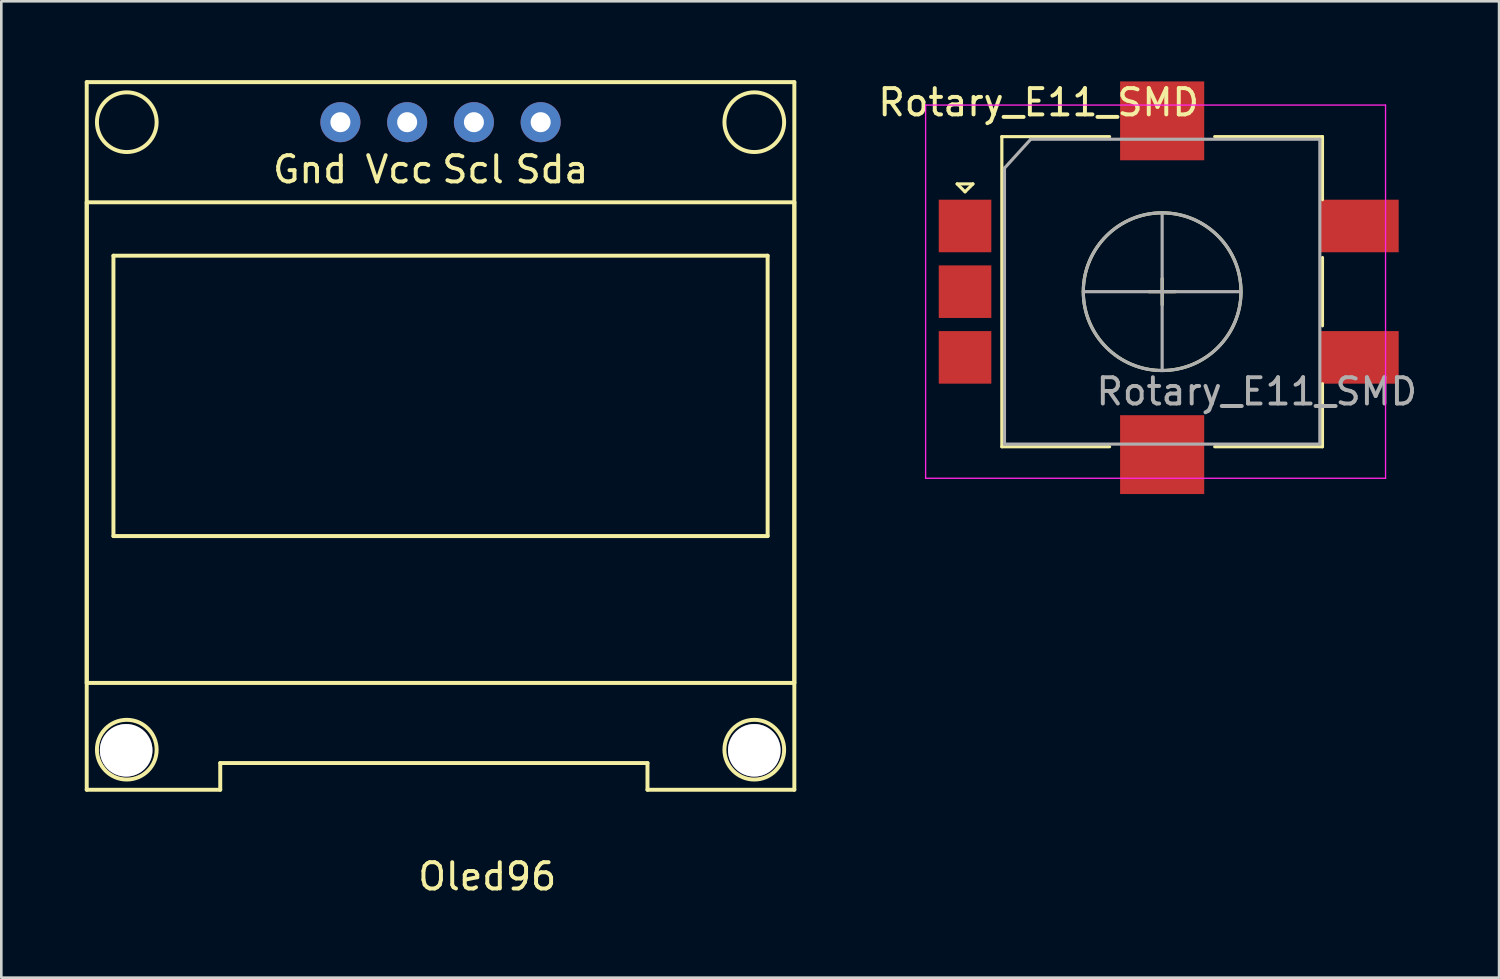
<source format=kicad_pcb>
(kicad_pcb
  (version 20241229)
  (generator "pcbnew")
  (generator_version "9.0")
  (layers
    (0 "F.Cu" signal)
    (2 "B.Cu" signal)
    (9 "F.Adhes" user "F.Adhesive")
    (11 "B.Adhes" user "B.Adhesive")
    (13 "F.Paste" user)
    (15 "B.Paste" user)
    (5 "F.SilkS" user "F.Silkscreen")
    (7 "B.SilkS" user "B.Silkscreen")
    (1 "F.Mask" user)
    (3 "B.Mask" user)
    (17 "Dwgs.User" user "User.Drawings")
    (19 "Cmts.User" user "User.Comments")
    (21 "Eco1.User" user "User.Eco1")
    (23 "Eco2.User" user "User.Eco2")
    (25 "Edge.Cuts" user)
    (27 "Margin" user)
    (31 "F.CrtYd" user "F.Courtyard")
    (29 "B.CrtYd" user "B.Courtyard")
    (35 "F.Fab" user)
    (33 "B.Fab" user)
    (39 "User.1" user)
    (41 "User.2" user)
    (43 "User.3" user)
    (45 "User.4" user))
  (footprint "Oled96"
    (layer "F.Cu")
    (at 0.25 26.999)
    (property "Reference" "Oled96" (at 15.24 3.302 0) (layer "F.SilkS") (effects (font (size 1 1) (thickness 0.15))))
    (attr through_hole)
    (fp_line (start 0 -26.924) (end 26.924 -26.924) (stroke (width 0.15) (type solid)) (layer "F.SilkS"))
    (fp_line (start 0 -22.352) (end 26.924 -22.352) (stroke (width 0.15) (type solid)) (layer "F.SilkS"))
    (fp_line (start 0 -4.064) (end 0 -22.352) (stroke (width 0.15) (type solid)) (layer "F.SilkS"))
    (fp_line (start 0 0) (end 0 -26.924) (stroke (width 0.15) (type solid)) (layer "F.SilkS"))
    (fp_line (start 0 0) (end 5.08 0) (stroke (width 0.15) (type solid)) (layer "F.SilkS"))
    (fp_line (start 1.016 -20.32) (end 25.908 -20.32) (stroke (width 0.15) (type solid)) (layer "F.SilkS"))
    (fp_line (start 1.016 -9.652) (end 1.016 -20.32) (stroke (width 0.15) (type solid)) (layer "F.SilkS"))
    (fp_line (start 5.08 -1.016) (end 21.336 -1.016) (stroke (width 0.15) (type solid)) (layer "F.SilkS"))
    (fp_line (start 5.08 0) (end 5.08 -1.016) (stroke (width 0.15) (type solid)) (layer "F.SilkS"))
    (fp_line (start 21.336 -1.016) (end 21.336 0) (stroke (width 0.15) (type solid)) (layer "F.SilkS"))
    (fp_line (start 21.336 0) (end 26.924 0) (stroke (width 0.15) (type solid)) (layer "F.SilkS"))
    (fp_line (start 25.908 -20.32) (end 25.908 -9.652) (stroke (width 0.15) (type solid)) (layer "F.SilkS"))
    (fp_line (start 25.908 -9.652) (end 1.016 -9.652) (stroke (width 0.15) (type solid)) (layer "F.SilkS"))
    (fp_line (start 26.924 -26.924) (end 26.924 0) (stroke (width 0.15) (type solid)) (layer "F.SilkS"))
    (fp_line (start 26.924 -22.352) (end 26.924 -4.064) (stroke (width 0.15) (type solid)) (layer "F.SilkS"))
    (fp_line (start 26.924 -4.064) (end 0 -4.064) (stroke (width 0.15) (type solid)) (layer "F.SilkS"))
    (fp_circle (center 1.524 -25.4) (end 2.54 -25.908) (stroke (width 0.15) (type solid)) (fill no) (layer "F.SilkS"))
    (fp_circle (center 1.524 -1.524) (end 2.54 -2.032) (stroke (width 0.15) (type solid)) (fill no) (layer "F.SilkS"))
    (fp_circle (center 25.4 -25.4) (end 26.416 -25.908) (stroke (width 0.15) (type solid)) (fill no) (layer "F.SilkS"))
    (fp_circle (center 25.4 -1.524) (end 25.908 -2.54) (stroke (width 0.15) (type solid)) (fill no) (layer "F.SilkS"))
    (fp_text user "Scl" (at 14.7 -23.6 0) (layer "F.SilkS") (effects (font (size 1 1) (thickness 0.15))))
    (fp_text user "Sda" (at 17.7 -23.6 0) (layer "F.SilkS") (effects (font (size 1 1) (thickness 0.15))))
    (fp_text user "Gnd" (at 8.5 -23.6 0) (layer "F.SilkS") (effects (font (size 1 1) (thickness 0.15))))
    (fp_text user "Vcc" (at 11.9 -23.6 0) (layer "F.SilkS") (effects (font (size 1 1) (thickness 0.15))))
    (pad "" thru_hole circle (at 1.5 -1.5) (size 2 2) (drill 2) (layers "*.Cu" "*.Mask"))
    (pad "" thru_hole circle (at 25.4 -1.5) (size 2 2) (drill 2) (layers "*.Cu" "*.Mask"))
    (pad "1" thru_hole circle (at 17.272 -25.4) (size 1.524 1.524) (drill 0.762) (layers "*.Cu" "*.Mask"))
    (pad "2" thru_hole circle (at 14.732 -25.4) (size 1.524 1.524) (drill 0.762) (layers "*.Cu" "*.Mask"))
    (pad "3" thru_hole circle (at 12.192 -25.4) (size 1.524 1.524) (drill 0.762) (layers "*.Cu" "*.Mask"))
    (pad "4" thru_hole circle (at 9.652 -25.4) (size 1.524 1.524) (drill 0.762) (layers "*.Cu" "*.Mask")))
  (footprint "Rotary_E11_SMD"
    (layer "F.Cu")
    (at 33.669 5.548)
    (property "Reference" "Rotary_E11_SMD" (at 2.8 -4.7 0) (layer "F.SilkS") (effects (font (size 1 1) (thickness 0.15))))
    (attr through_hole)
    (fp_line (start -0.3 -1.6) (end 0.3 -1.6) (stroke (width 0.12) (type solid)) (layer "F.SilkS"))
    (fp_line (start 0 -1.3) (end -0.3 -1.6) (stroke (width 0.12) (type solid)) (layer "F.SilkS"))
    (fp_line (start 0.3 -1.6) (end 0 -1.3) (stroke (width 0.12) (type solid)) (layer "F.SilkS"))
    (fp_line (start 1.4 -3.4) (end 1.4 8.4) (stroke (width 0.12) (type solid)) (layer "F.SilkS"))
    (fp_line (start 5.5 -3.4) (end 1.4 -3.4) (stroke (width 0.12) (type solid)) (layer "F.SilkS"))
    (fp_line (start 5.5 8.4) (end 1.4 8.4) (stroke (width 0.12) (type solid)) (layer "F.SilkS"))
    (fp_line (start 7 2.5) (end 8 2.5) (stroke (width 0.12) (type solid)) (layer "F.SilkS"))
    (fp_line (start 7.5 2) (end 7.5 3) (stroke (width 0.12) (type solid)) (layer "F.SilkS"))
    (fp_line (start 9.5 -3.4) (end 13.6 -3.4) (stroke (width 0.12) (type solid)) (layer "F.SilkS"))
    (fp_line (start 13.6 -3.4) (end 13.6 -1) (stroke (width 0.12) (type solid)) (layer "F.SilkS"))
    (fp_line (start 13.6 1.2) (end 13.6 3.8) (stroke (width 0.12) (type solid)) (layer "F.SilkS"))
    (fp_line (start 13.6 6) (end 13.6 8.4) (stroke (width 0.12) (type solid)) (layer "F.SilkS"))
    (fp_line (start 13.6 8.4) (end 9.5 8.4) (stroke (width 0.12) (type solid)) (layer "F.SilkS"))
    (fp_circle (center 7.5 2.5) (end 10.5 2.5) (stroke (width 0.12) (type solid)) (fill no) (layer "F.SilkS"))
    (fp_line (start -1.5 -4.6) (end -1.5 9.6) (stroke (width 0.05) (type solid)) (layer "F.CrtYd"))
    (fp_line (start -1.5 -4.6) (end 16 -4.6) (stroke (width 0.05) (type solid)) (layer "F.CrtYd"))
    (fp_line (start 16 9.6) (end -1.5 9.6) (stroke (width 0.05) (type solid)) (layer "F.CrtYd"))
    (fp_line (start 16 9.6) (end 16 -4.6) (stroke (width 0.05) (type solid)) (layer "F.CrtYd"))
    (fp_line (start 1.5 -2.2) (end 2.5 -3.3) (stroke (width 0.12) (type solid)) (layer "F.Fab"))
    (fp_line (start 1.5 8.3) (end 1.5 -2.2) (stroke (width 0.12) (type solid)) (layer "F.Fab"))
    (fp_line (start 2.5 -3.3) (end 13.5 -3.3) (stroke (width 0.12) (type solid)) (layer "F.Fab"))
    (fp_line (start 4.5 2.5) (end 10.5 2.5) (stroke (width 0.12) (type solid)) (layer "F.Fab"))
    (fp_line (start 7.5 -0.5) (end 7.5 5.5) (stroke (width 0.12) (type solid)) (layer "F.Fab"))
    (fp_line (start 13.5 -3.3) (end 13.5 8.3) (stroke (width 0.12) (type solid)) (layer "F.Fab"))
    (fp_line (start 13.5 8.3) (end 1.5 8.3) (stroke (width 0.12) (type solid)) (layer "F.Fab"))
    (fp_circle (center 7.5 2.5) (end 10.5 2.5) (stroke (width 0.12) (type solid)) (fill no) (layer "F.Fab"))
    (fp_text user "${REFERENCE}" (at 11.1 6.3 0) (layer "F.Fab") (effects (font (size 1 1) (thickness 0.15))))
    (pad "A" smd rect (at 0 0) (size 2 2) (layers "F.Cu" "F.Mask" "F.Paste"))
    (pad "B" smd rect (at 0 5) (size 2 2) (layers "F.Cu" "F.Mask" "F.Paste"))
    (pad "C" smd rect (at 0 2.5) (size 2 2) (layers "F.Cu" "F.Mask" "F.Paste"))
    (pad "MP" smd rect (at 7.5 -4) (size 3.2 3) (layers "F.Cu" "F.Mask" "F.Paste"))
    (pad "MP" smd rect (at 7.5 8.7) (size 3.2 3) (layers "F.Cu" "F.Mask" "F.Paste"))
    (pad "S1" smd rect (at 15 5) (size 3 2) (layers "F.Cu" "F.Mask" "F.Paste"))
    (pad "S2" smd rect (at 15 0) (size 3 2) (layers "F.Cu" "F.Mask" "F.Paste")))
  (gr_rect
    (start -3 -3)
    (end 53.989 34.149)
    (stroke (width 0.1) (type default))
    (fill no)
    (layer "Edge.Cuts")))
</source>
